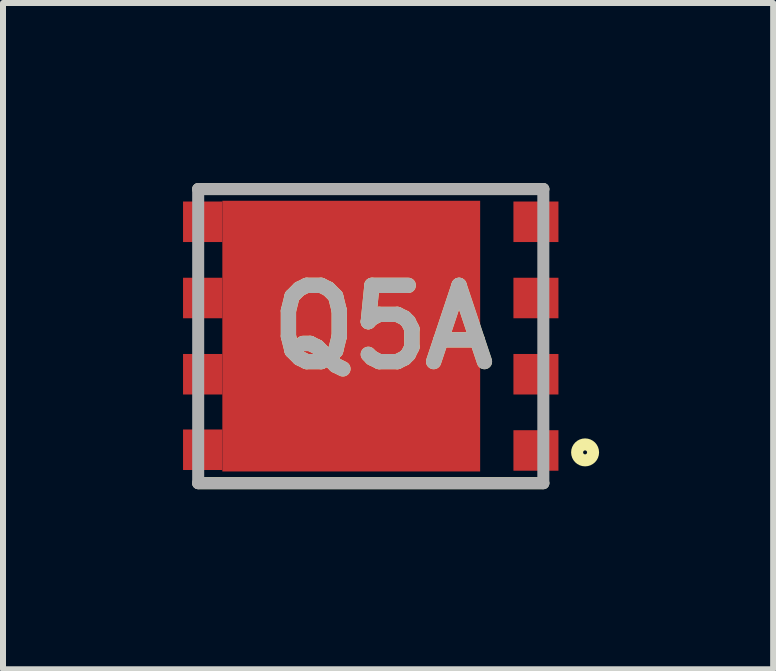
<source format=kicad_pcb>
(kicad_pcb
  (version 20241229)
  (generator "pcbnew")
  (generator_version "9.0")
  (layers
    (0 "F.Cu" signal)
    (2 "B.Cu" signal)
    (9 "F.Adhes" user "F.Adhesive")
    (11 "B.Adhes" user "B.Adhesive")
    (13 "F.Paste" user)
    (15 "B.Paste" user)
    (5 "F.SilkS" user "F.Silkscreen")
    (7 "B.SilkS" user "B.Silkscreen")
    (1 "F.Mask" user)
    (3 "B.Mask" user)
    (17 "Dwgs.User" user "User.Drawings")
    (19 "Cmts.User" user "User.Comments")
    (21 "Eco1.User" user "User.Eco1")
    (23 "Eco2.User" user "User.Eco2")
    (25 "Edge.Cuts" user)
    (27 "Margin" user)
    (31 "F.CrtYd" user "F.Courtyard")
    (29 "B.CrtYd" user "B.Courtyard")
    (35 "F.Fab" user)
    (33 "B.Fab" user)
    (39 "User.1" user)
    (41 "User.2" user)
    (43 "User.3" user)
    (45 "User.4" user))
  (footprint "Q5A"
    (layer "F.Cu")
    (at 3.127 2.55)
    (property "Reference" "Q5A" (at 0.201 -0.15 0) (layer "F.SilkS") (effects (font (size 1.27 1.27) (thickness 0.254))))
    (attr smd)
    (fp_line (start -2.875 -2.45) (end 2.875 -2.45) (stroke (width 0.2) (type solid)) (layer "F.SilkS"))
    (fp_line (start 2.875 2.45) (end -2.875 2.45) (stroke (width 0.2) (type solid)) (layer "F.SilkS"))
    (fp_circle (center 3.571 1.937) (end 3.571 1.97) (stroke (width 0.2) (type solid)) (fill no) (layer "F.SilkS"))
    (fp_line (start -2.875 -2.45) (end 2.875 -2.45) (stroke (width 0.2) (type solid)) (layer "F.Fab"))
    (fp_line (start -2.875 2.45) (end -2.875 -2.45) (stroke (width 0.2) (type solid)) (layer "F.Fab"))
    (fp_line (start 2.875 -2.45) (end 2.875 2.45) (stroke (width 0.2) (type solid)) (layer "F.Fab"))
    (fp_line (start 2.875 2.45) (end -2.875 2.45) (stroke (width 0.2) (type solid)) (layer "F.Fab"))
    (fp_text user "${REFERENCE}" (at 0.201 -0.15 0) (layer "F.Fab") (effects (font (size 1.27 1.27) (thickness 0.254))))
    (pad "1" smd rect (at 2.752 1.905 90) (size 0.675 0.75) (layers "F.Cu" "F.Mask" "F.Paste"))
    (pad "2" smd rect (at 2.752 0.635 90) (size 0.675 0.75) (layers "F.Cu" "F.Mask" "F.Paste"))
    (pad "3" smd rect (at 2.752 -0.635 90) (size 0.675 0.75) (layers "F.Cu" "F.Mask" "F.Paste"))
    (pad "4" smd rect (at 2.752 -1.905 90) (size 0.675 0.75) (layers "F.Cu" "F.Mask" "F.Paste"))
    (pad "5" smd rect (at -2.8 -1.905) (size 0.655 0.675) (layers "F.Cu" "F.Mask" "F.Paste"))
    (pad "6" smd rect (at -2.8 -0.635) (size 0.655 0.675) (layers "F.Cu" "F.Mask" "F.Paste"))
    (pad "7" smd rect (at -2.8 0.635) (size 0.655 0.675) (layers "F.Cu" "F.Mask" "F.Paste"))
    (pad "8" smd rect (at -2.8 1.893) (size 0.655 0.675) (layers "F.Cu" "F.Mask" "F.Paste"))
    (pad "9" smd rect (at -0.325 0) (size 4.295 4.51) (layers "F.Cu" "F.Mask" "F.Paste")))
  (gr_rect
    (start -3 -3)
    (end 9.831 8.1)
    (stroke (width 0.1) (type default))
    (fill no)
    (layer "Edge.Cuts")))
</source>
